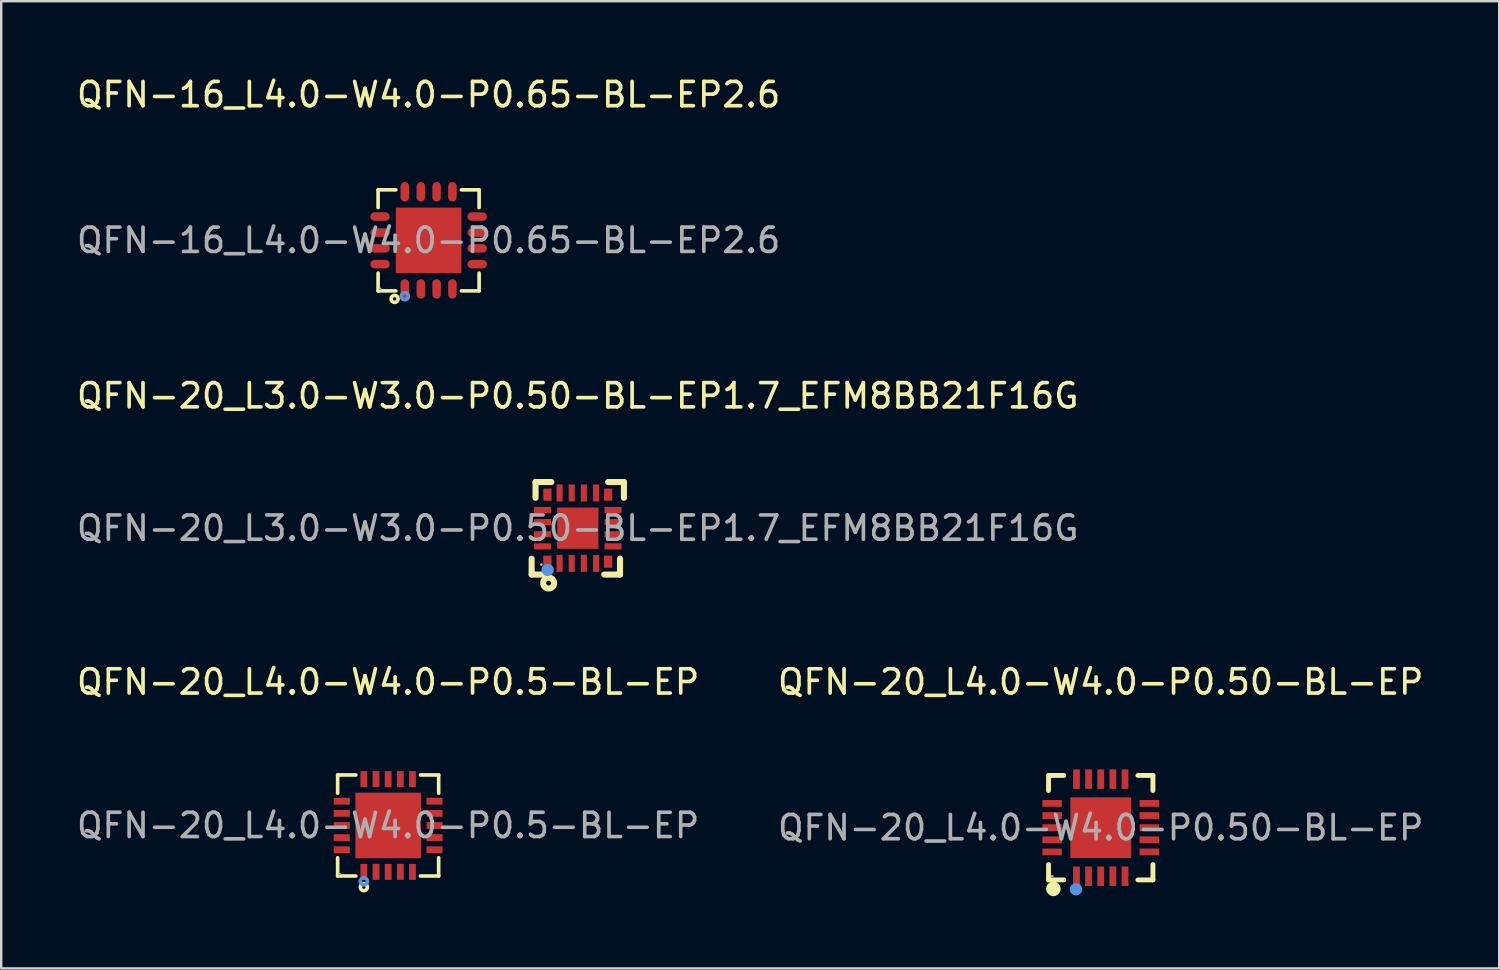
<source format=kicad_pcb>
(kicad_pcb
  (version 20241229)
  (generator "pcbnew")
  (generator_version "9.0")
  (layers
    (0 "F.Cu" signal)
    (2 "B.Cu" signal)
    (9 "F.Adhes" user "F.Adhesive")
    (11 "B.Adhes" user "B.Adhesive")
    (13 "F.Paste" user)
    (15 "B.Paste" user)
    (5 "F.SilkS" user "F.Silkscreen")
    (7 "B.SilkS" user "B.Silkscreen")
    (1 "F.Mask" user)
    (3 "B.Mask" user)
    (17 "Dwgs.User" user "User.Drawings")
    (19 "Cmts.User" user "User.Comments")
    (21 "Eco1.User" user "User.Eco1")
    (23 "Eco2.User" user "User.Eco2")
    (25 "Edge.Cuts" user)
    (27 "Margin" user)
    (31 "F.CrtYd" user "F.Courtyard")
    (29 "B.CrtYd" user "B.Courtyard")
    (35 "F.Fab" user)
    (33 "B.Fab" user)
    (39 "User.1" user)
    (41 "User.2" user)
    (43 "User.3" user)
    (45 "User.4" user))
  (footprint "QFN-16_L4.0-W4.0-P0.65-BL-EP2.6"
    (layer "F.Cu")
    (at 14.601 6.848)
    (property "Reference" "QFN-16_L4.0-W4.0-P0.65-BL-EP2.6" (at 0 -6 0) (layer "F.SilkS") (effects (font (size 1 1) (thickness 0.15))))
    (attr through_hole)
    (fp_line (start -2.08 -2.08) (end -1.35 -2.08) (stroke (width 0.15) (type solid)) (layer "F.SilkS"))
    (fp_line (start -2.08 -1.35) (end -2.08 -2.08) (stroke (width 0.15) (type solid)) (layer "F.SilkS"))
    (fp_line (start -2.08 1.35) (end -2.08 2.08) (stroke (width 0.15) (type solid)) (layer "F.SilkS"))
    (fp_line (start -2.08 2.08) (end -1.35 2.08) (stroke (width 0.15) (type solid)) (layer "F.SilkS"))
    (fp_line (start 2.08 -2.08) (end 1.35 -2.08) (stroke (width 0.15) (type solid)) (layer "F.SilkS"))
    (fp_line (start 2.08 -1.35) (end 2.08 -2.08) (stroke (width 0.15) (type solid)) (layer "F.SilkS"))
    (fp_line (start 2.08 1.35) (end 2.08 2.08) (stroke (width 0.15) (type solid)) (layer "F.SilkS"))
    (fp_line (start 2.08 2.08) (end 1.35 2.08) (stroke (width 0.15) (type solid)) (layer "F.SilkS"))
    (fp_circle (center -1.4 2.41) (end -1.33 2.41) (stroke (width 0.15) (type solid)) (fill no) (layer "F.SilkS"))
    (fp_circle (center -0.98 2.3) (end -0.91 2.3) (stroke (width 0.15) (type solid)) (fill no) (layer "Cmts.User"))
    (fp_circle (center -2 2) (end -1.97 2) (stroke (width 0.06) (type solid)) (fill no) (layer "F.Fab"))
    (fp_text user "${REFERENCE}" (at 0 0 0) (layer "F.Fab") (effects (font (size 1 1) (thickness 0.15))))
    (pad "1" smd oval (at -0.98 2) (size 0.35 0.8) (layers "F.Cu" "F.Mask" "F.Paste"))
    (pad "2" smd oval (at -0.32 2) (size 0.35 0.8) (layers "F.Cu" "F.Mask" "F.Paste"))
    (pad "3" smd oval (at 0.33 2) (size 0.35 0.8) (layers "F.Cu" "F.Mask" "F.Paste"))
    (pad "4" smd oval (at 0.98 2) (size 0.35 0.8) (layers "F.Cu" "F.Mask" "F.Paste"))
    (pad "5" smd oval (at 2 0.98) (size 0.8 0.35) (layers "F.Cu" "F.Mask" "F.Paste"))
    (pad "6" smd oval (at 2 0.33) (size 0.8 0.35) (layers "F.Cu" "F.Mask" "F.Paste"))
    (pad "7" smd oval (at 2 -0.32) (size 0.8 0.35) (layers "F.Cu" "F.Mask" "F.Paste"))
    (pad "8" smd oval (at 2 -0.98) (size 0.8 0.35) (layers "F.Cu" "F.Mask" "F.Paste"))
    (pad "9" smd oval (at 0.98 -2) (size 0.35 0.8) (layers "F.Cu" "F.Mask" "F.Paste"))
    (pad "10" smd oval (at 0.33 -2) (size 0.35 0.8) (layers "F.Cu" "F.Mask" "F.Paste"))
    (pad "11" smd oval (at -0.32 -2) (size 0.35 0.8) (layers "F.Cu" "F.Mask" "F.Paste"))
    (pad "12" smd oval (at -0.98 -2) (size 0.35 0.8) (layers "F.Cu" "F.Mask" "F.Paste"))
    (pad "13" smd oval (at -2 -0.98) (size 0.8 0.35) (layers "F.Cu" "F.Mask" "F.Paste"))
    (pad "14" smd oval (at -2 -0.32) (size 0.8 0.35) (layers "F.Cu" "F.Mask" "F.Paste"))
    (pad "15" smd oval (at -2 0.33) (size 0.8 0.35) (layers "F.Cu" "F.Mask" "F.Paste"))
    (pad "16" smd oval (at -2 0.98) (size 0.8 0.35) (layers "F.Cu" "F.Mask" "F.Paste"))
    (pad "17" smd rect (at 0 0) (size 2.7 2.7) (layers "F.Cu" "F.Mask" "F.Paste")))
  (footprint "QFN-20_L4.0-W4.0-P0.5-BL-EP"
    (layer "F.Cu")
    (at 12.935 30.945)
    (property "Reference" "QFN-20_L4.0-W4.0-P0.5-BL-EP" (at 0 -5.91 0) (layer "F.SilkS") (effects (font (size 1 1) (thickness 0.15))))
    (attr through_hole)
    (fp_line (start -2.08 -2.08) (end -1.33 -2.08) (stroke (width 0.15) (type solid)) (layer "F.SilkS"))
    (fp_line (start -2.08 -1.33) (end -2.08 -2.08) (stroke (width 0.15) (type solid)) (layer "F.SilkS"))
    (fp_line (start -2.08 1.33) (end -2.08 2.08) (stroke (width 0.15) (type solid)) (layer "F.SilkS"))
    (fp_line (start -2.08 2.08) (end -1.33 2.08) (stroke (width 0.15) (type solid)) (layer "F.SilkS"))
    (fp_line (start 2.08 -2.08) (end 1.33 -2.08) (stroke (width 0.15) (type solid)) (layer "F.SilkS"))
    (fp_line (start 2.08 -1.33) (end 2.08 -2.08) (stroke (width 0.15) (type solid)) (layer "F.SilkS"))
    (fp_line (start 2.08 1.33) (end 2.08 2.08) (stroke (width 0.15) (type solid)) (layer "F.SilkS"))
    (fp_line (start 2.08 2.08) (end 1.33 2.08) (stroke (width 0.15) (type solid)) (layer "F.SilkS"))
    (fp_circle (center -1 2.54) (end -0.93 2.54) (stroke (width 0.15) (type solid)) (fill no) (layer "F.SilkS"))
    (fp_circle (center -1 2.3) (end -0.93 2.3) (stroke (width 0.15) (type solid)) (fill no) (layer "Cmts.User"))
    (fp_circle (center -2 2) (end -1.97 2) (stroke (width 0.06) (type solid)) (fill no) (layer "F.Fab"))
    (fp_text user "${REFERENCE}" (at 0 0 0) (layer "F.Fab") (effects (font (size 1 1) (thickness 0.15))))
    (pad "1" smd rect (at -1 1.91) (size 0.28 0.66) (layers "F.Cu" "F.Mask" "F.Paste"))
    (pad "2" smd rect (at -0.5 1.91) (size 0.28 0.66) (layers "F.Cu" "F.Mask" "F.Paste"))
    (pad "3" smd rect (at 0 1.91) (size 0.28 0.66) (layers "F.Cu" "F.Mask" "F.Paste"))
    (pad "4" smd rect (at 0.5 1.91) (size 0.28 0.66) (layers "F.Cu" "F.Mask" "F.Paste"))
    (pad "5" smd rect (at 1 1.91) (size 0.28 0.66) (layers "F.Cu" "F.Mask" "F.Paste"))
    (pad "6" smd rect (at 1.91 1) (size 0.66 0.28) (layers "F.Cu" "F.Mask" "F.Paste"))
    (pad "7" smd rect (at 1.91 0.5) (size 0.66 0.28) (layers "F.Cu" "F.Mask" "F.Paste"))
    (pad "8" smd rect (at 1.91 0) (size 0.66 0.28) (layers "F.Cu" "F.Mask" "F.Paste"))
    (pad "9" smd rect (at 1.91 -0.5) (size 0.66 0.28) (layers "F.Cu" "F.Mask" "F.Paste"))
    (pad "10" smd rect (at 1.91 -1) (size 0.66 0.28) (layers "F.Cu" "F.Mask" "F.Paste"))
    (pad "11" smd rect (at 1 -1.91) (size 0.28 0.66) (layers "F.Cu" "F.Mask" "F.Paste"))
    (pad "12" smd rect (at 0.5 -1.91) (size 0.28 0.66) (layers "F.Cu" "F.Mask" "F.Paste"))
    (pad "13" smd rect (at 0 -1.91) (size 0.28 0.66) (layers "F.Cu" "F.Mask" "F.Paste"))
    (pad "14" smd rect (at -0.5 -1.91) (size 0.28 0.66) (layers "F.Cu" "F.Mask" "F.Paste"))
    (pad "15" smd rect (at -1 -1.91) (size 0.28 0.66) (layers "F.Cu" "F.Mask" "F.Paste"))
    (pad "16" smd rect (at -1.91 -1) (size 0.66 0.28) (layers "F.Cu" "F.Mask" "F.Paste"))
    (pad "17" smd rect (at -1.91 -0.5) (size 0.66 0.28) (layers "F.Cu" "F.Mask" "F.Paste"))
    (pad "18" smd rect (at -1.91 0) (size 0.66 0.28) (layers "F.Cu" "F.Mask" "F.Paste"))
    (pad "19" smd rect (at -1.91 0.5) (size 0.66 0.28) (layers "F.Cu" "F.Mask" "F.Paste"))
    (pad "20" smd rect (at -1.91 1) (size 0.66 0.28) (layers "F.Cu" "F.Mask" "F.Paste"))
    (pad "21" smd rect (at 0 0) (size 2.7 2.7) (layers "F.Cu" "F.Mask" "F.Paste")))
  (footprint "QFN-20_L3.0-W3.0-P0.50-BL-EP1.7_EFM8BB21F16G"
    (layer "F.Cu")
    (at 20.744 18.701)
    (property "Reference" "QFN-20_L3.0-W3.0-P0.50-BL-EP1.7_EFM8BB21F16G" (at 0 -5.45 0) (layer "F.SilkS") (effects (font (size 1 1) (thickness 0.15))))
    (attr through_hole)
    (fp_line (start -1.9 1.91) (end -1.9 1.26) (stroke (width 0.25) (type solid)) (layer "F.SilkS"))
    (fp_line (start -1.9 1.91) (end -1.25 1.91) (stroke (width 0.25) (type solid)) (layer "F.SilkS"))
    (fp_line (start -1.74 -1.9) (end -1.74 -1.25) (stroke (width 0.25) (type solid)) (layer "F.SilkS"))
    (fp_line (start -1.74 -1.9) (end -1.09 -1.9) (stroke (width 0.25) (type solid)) (layer "F.SilkS"))
    (fp_line (start 1.74 1.91) (end 1.09 1.91) (stroke (width 0.25) (type solid)) (layer "F.SilkS"))
    (fp_line (start 1.74 1.91) (end 1.74 1.26) (stroke (width 0.25) (type solid)) (layer "F.SilkS"))
    (fp_line (start 1.9 -1.9) (end 1.25 -1.9) (stroke (width 0.25) (type solid)) (layer "F.SilkS"))
    (fp_line (start 1.9 -1.9) (end 1.9 -1.25) (stroke (width 0.25) (type solid)) (layer "F.SilkS"))
    (fp_circle (center -1.2 2.26) (end -1.1 2.26) (stroke (width 0.25) (type solid)) (fill no) (layer "F.SilkS"))
    (fp_circle (center -1.24 1.72) (end -1.11 1.72) (stroke (width 0.25) (type solid)) (fill no) (layer "Cmts.User"))
    (fp_circle (center -1.5 1.5) (end -1.47 1.5) (stroke (width 0.06) (type solid)) (fill no) (layer "F.Fab"))
    (fp_text user "${REFERENCE}" (at 0 0 0) (layer "F.Fab") (effects (font (size 1 1) (thickness 0.15))))
    (pad "1" smd rect (at -1.25 1.38) (size 0.34 0.5) (layers "F.Cu" "F.Mask" "F.Paste"))
    (pad "2" smd rect (at -0.75 1.45) (size 0.25 0.7) (layers "F.Cu" "F.Mask" "F.Paste"))
    (pad "3" smd rect (at -0.25 1.45) (size 0.25 0.7) (layers "F.Cu" "F.Mask" "F.Paste"))
    (pad "4" smd rect (at 0.25 1.45) (size 0.25 0.7) (layers "F.Cu" "F.Mask" "F.Paste"))
    (pad "5" smd rect (at 0.75 1.45) (size 0.25 0.7) (layers "F.Cu" "F.Mask" "F.Paste"))
    (pad "6" smd rect (at 1.25 1.38) (size 0.34 0.5) (layers "F.Cu" "F.Mask" "F.Paste"))
    (pad "7" smd rect (at 1.45 0.75) (size 0.7 0.25) (layers "F.Cu" "F.Mask" "F.Paste"))
    (pad "8" smd rect (at 1.45 0.25) (size 0.7 0.25) (layers "F.Cu" "F.Mask" "F.Paste"))
    (pad "9" smd rect (at 1.45 -0.25) (size 0.7 0.25) (layers "F.Cu" "F.Mask" "F.Paste"))
    (pad "10" smd rect (at 1.45 -0.75) (size 0.7 0.25) (layers "F.Cu" "F.Mask" "F.Paste"))
    (pad "11" smd rect (at 1.25 -1.38) (size 0.34 0.5) (layers "F.Cu" "F.Mask" "F.Paste"))
    (pad "12" smd rect (at 0.75 -1.45) (size 0.25 0.7) (layers "F.Cu" "F.Mask" "F.Paste"))
    (pad "13" smd rect (at 0.25 -1.45) (size 0.25 0.7) (layers "F.Cu" "F.Mask" "F.Paste"))
    (pad "14" smd rect (at -0.25 -1.45) (size 0.25 0.7) (layers "F.Cu" "F.Mask" "F.Paste"))
    (pad "15" smd rect (at -0.75 -1.45) (size 0.25 0.7) (layers "F.Cu" "F.Mask" "F.Paste"))
    (pad "16" smd rect (at -1.25 -1.38) (size 0.34 0.5) (layers "F.Cu" "F.Mask" "F.Paste"))
    (pad "17" smd rect (at -1.45 -0.75) (size 0.7 0.25) (layers "F.Cu" "F.Mask" "F.Paste"))
    (pad "18" smd rect (at -1.45 -0.25) (size 0.7 0.25) (layers "F.Cu" "F.Mask" "F.Paste"))
    (pad "19" smd rect (at -1.45 0.25) (size 0.7 0.25) (layers "F.Cu" "F.Mask" "F.Paste"))
    (pad "20" smd rect (at -1.45 0.75) (size 0.7 0.25) (layers "F.Cu" "F.Mask" "F.Paste"))
    (pad "21" smd rect (at 0 0) (size 1.7 1.7) (layers "F.Cu" "F.Mask" "F.Paste")))
  (footprint "QFN-20_L4.0-W4.0-P0.50-BL-EP"
    (layer "F.Cu")
    (at 42.28 31.035)
    (property "Reference" "QFN-20_L4.0-W4.0-P0.50-BL-EP" (at 0 -6 0) (layer "F.SilkS") (effects (font (size 1 1) (thickness 0.15))))
    (attr through_hole)
    (fp_line (start -2.15 -2.15) (end -2.15 -1.53) (stroke (width 0.2) (type solid)) (layer "F.SilkS"))
    (fp_line (start -2.15 2.15) (end -2.15 1.52) (stroke (width 0.2) (type solid)) (layer "F.SilkS"))
    (fp_line (start -1.52 -2.15) (end -2.15 -2.15) (stroke (width 0.2) (type solid)) (layer "F.SilkS"))
    (fp_line (start -1.52 2.15) (end -2.15 2.15) (stroke (width 0.2) (type solid)) (layer "F.SilkS"))
    (fp_line (start 1.53 2.15) (end 2.15 2.15) (stroke (width 0.2) (type solid)) (layer "F.SilkS"))
    (fp_line (start 2.15 -2.15) (end 1.53 -2.15) (stroke (width 0.2) (type solid)) (layer "F.SilkS"))
    (fp_line (start 2.15 -1.53) (end 2.15 -2.15) (stroke (width 0.2) (type solid)) (layer "F.SilkS"))
    (fp_line (start 2.15 2.15) (end 2.15 1.52) (stroke (width 0.2) (type solid)) (layer "F.SilkS"))
    (fp_arc (start -1.95 2.52) (mid -1.95 2.52) (end -1.95 2.52) (stroke (width 0.3) (type solid)) (layer "F.SilkS"))
    (fp_circle (center -1.02 2.54) (end -0.89 2.54) (stroke (width 0.25) (type solid)) (fill no) (layer "Cmts.User"))
    (fp_circle (center -2 2) (end -1.97 2) (stroke (width 0.06) (type solid)) (fill no) (layer "F.Fab"))
    (fp_text user "${REFERENCE}" (at 0 0 0) (layer "F.Fab") (effects (font (size 1 1) (thickness 0.15))))
    (pad "1" smd rect (at -1 2) (size 0.28 0.8) (layers "F.Cu" "F.Mask" "F.Paste"))
    (pad "2" smd rect (at -0.5 2) (size 0.28 0.8) (layers "F.Cu" "F.Mask" "F.Paste"))
    (pad "3" smd rect (at 0 2) (size 0.28 0.8) (layers "F.Cu" "F.Mask" "F.Paste"))
    (pad "4" smd rect (at 0.5 2) (size 0.28 0.8) (layers "F.Cu" "F.Mask" "F.Paste"))
    (pad "5" smd rect (at 1 2) (size 0.28 0.8) (layers "F.Cu" "F.Mask" "F.Paste"))
    (pad "6" smd rect (at 2 1) (size 0.8 0.28) (layers "F.Cu" "F.Mask" "F.Paste"))
    (pad "7" smd rect (at 2 0.5) (size 0.8 0.28) (layers "F.Cu" "F.Mask" "F.Paste"))
    (pad "8" smd rect (at 2 0) (size 0.8 0.28) (layers "F.Cu" "F.Mask" "F.Paste"))
    (pad "9" smd rect (at 2 -0.5) (size 0.8 0.28) (layers "F.Cu" "F.Mask" "F.Paste"))
    (pad "10" smd rect (at 2 -1) (size 0.8 0.28) (layers "F.Cu" "F.Mask" "F.Paste"))
    (pad "11" smd rect (at 1 -2) (size 0.28 0.8) (layers "F.Cu" "F.Mask" "F.Paste"))
    (pad "12" smd rect (at 0.5 -2) (size 0.28 0.8) (layers "F.Cu" "F.Mask" "F.Paste"))
    (pad "13" smd rect (at 0 -2) (size 0.28 0.8) (layers "F.Cu" "F.Mask" "F.Paste"))
    (pad "14" smd rect (at -0.5 -2) (size 0.28 0.8) (layers "F.Cu" "F.Mask" "F.Paste"))
    (pad "15" smd rect (at -1 -2) (size 0.28 0.8) (layers "F.Cu" "F.Mask" "F.Paste"))
    (pad "16" smd rect (at -2 -1) (size 0.8 0.28) (layers "F.Cu" "F.Mask" "F.Paste"))
    (pad "17" smd rect (at -2 -0.5) (size 0.8 0.28) (layers "F.Cu" "F.Mask" "F.Paste"))
    (pad "18" smd rect (at -2 0) (size 0.8 0.28) (layers "F.Cu" "F.Mask" "F.Paste"))
    (pad "19" smd rect (at -2 0.5) (size 0.8 0.28) (layers "F.Cu" "F.Mask" "F.Paste"))
    (pad "20" smd rect (at -2 1) (size 0.8 0.28) (layers "F.Cu" "F.Mask" "F.Paste"))
    (pad "21" smd rect (at 0 0) (size 2.5 2.5) (layers "F.Cu" "F.Mask" "F.Paste")))
  (gr_rect
    (start -3 -3)
    (end 58.69 36.83)
    (stroke (width 0.1) (type default))
    (fill no)
    (layer "Edge.Cuts")))
</source>
